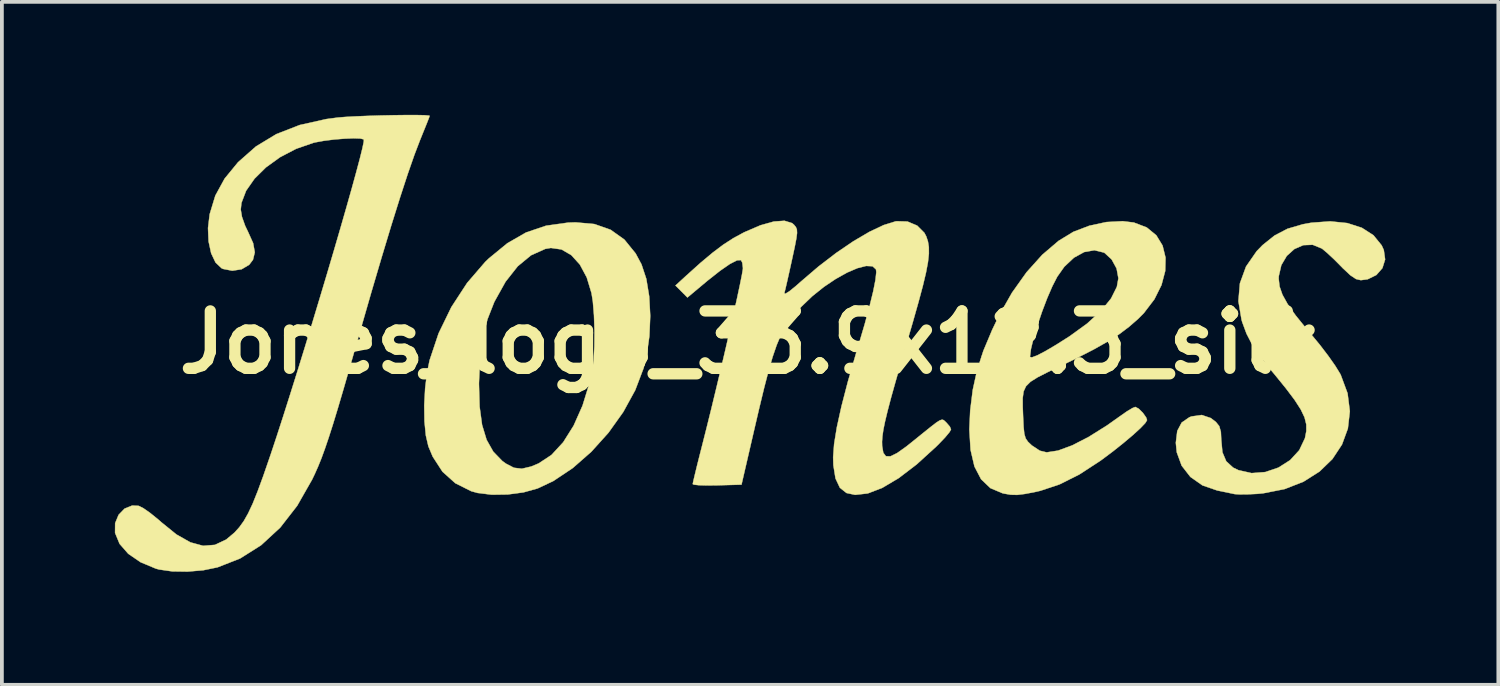
<source format=kicad_pcb>
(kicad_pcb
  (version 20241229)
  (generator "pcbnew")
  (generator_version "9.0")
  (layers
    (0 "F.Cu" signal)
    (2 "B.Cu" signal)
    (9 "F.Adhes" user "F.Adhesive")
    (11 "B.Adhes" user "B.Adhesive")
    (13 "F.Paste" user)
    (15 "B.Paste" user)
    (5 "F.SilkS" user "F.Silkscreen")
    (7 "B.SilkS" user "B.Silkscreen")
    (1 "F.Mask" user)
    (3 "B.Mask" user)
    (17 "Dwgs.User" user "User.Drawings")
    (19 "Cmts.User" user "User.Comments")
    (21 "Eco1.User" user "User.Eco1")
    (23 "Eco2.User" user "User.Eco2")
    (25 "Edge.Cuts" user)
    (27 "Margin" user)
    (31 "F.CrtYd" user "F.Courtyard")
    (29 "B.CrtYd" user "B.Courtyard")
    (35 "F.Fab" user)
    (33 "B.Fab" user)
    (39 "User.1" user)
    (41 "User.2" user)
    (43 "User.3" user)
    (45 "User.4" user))
  (footprint "Jones_logo_33.9x12.3_silk"
    (layer "F.Cu")
    (at 16.867 6.04)
    (property "Reference" "Jones_logo_33.9x12.3_silk" (at 0 0 0) (layer "F.SilkS") (effects (font (size 1.524 1.524) (thickness 0.3))))
    (attr through_hole)
    (fp_poly (pts (xy -4.135 -3.141) (xy -3.704 -2.989) (xy -3.339 -2.729) (xy -3.04 -2.361) (xy -2.884 -2.07) (xy -2.757 -1.687) (xy -2.68 -1.221) (xy -2.652 -0.703) (xy -2.675 -0.167) (xy -2.748 0.354) (xy -2.827 0.68) (xy -3.05 1.268) (xy -3.368 1.848) (xy -3.762 2.4) (xy -4.215 2.903) (xy -4.708 3.336) (xy -5.224 3.681) (xy -5.644 3.879) (xy -6.017 3.983) (xy -6.437 4.039) (xy -6.858 4.045) (xy -7.234 3.999) (xy -7.405 3.952) (xy -7.828 3.74) (xy -8.168 3.435) (xy -8.428 3.034) (xy -8.543 2.761) (xy -8.61 2.473) (xy -8.647 2.097) (xy -8.653 1.668) (xy -8.629 1.222) (xy -8.616 1.111) (xy -7.2 1.111) (xy -7.183 1.705) (xy -7.117 2.193) (xy -6.997 2.588) (xy -6.82 2.902) (xy -6.581 3.149) (xy -6.482 3.221) (xy -6.271 3.33) (xy -6.061 3.355) (xy -5.814 3.297) (xy -5.615 3.214) (xy -5.275 2.99) (xy -4.963 2.652) (xy -4.686 2.211) (xy -4.45 1.68) (xy -4.262 1.07) (xy -4.196 0.775) (xy -4.157 0.482) (xy -4.136 0.107) (xy -4.132 -0.308) (xy -4.146 -0.719) (xy -4.176 -1.084) (xy -4.211 -1.305) (xy -4.338 -1.724) (xy -4.52 -2.064) (xy -4.747 -2.315) (xy -5.008 -2.467) (xy -5.29 -2.507) (xy -5.438 -2.482) (xy -5.817 -2.312) (xy -6.17 -2.021) (xy -6.494 -1.61) (xy -6.787 -1.084) (xy -6.796 -1.065) (xy -6.974 -0.612) (xy -7.097 -0.122) (xy -7.171 0.433) (xy -7.2 1.08) (xy -7.2 1.111) (xy -8.616 1.111) (xy -8.576 0.793) (xy -8.511 0.476) (xy -8.271 -0.241) (xy -7.933 -0.936) (xy -7.515 -1.577) (xy -7.035 -2.135) (xy -6.936 -2.23) (xy -6.446 -2.632) (xy -5.948 -2.918) (xy -5.418 -3.097) (xy -4.833 -3.179) (xy -4.636 -3.186) (xy -4.135 -3.141)) (stroke (width 0.01) (type solid)) (fill yes) (layer "F.SilkS"))
    (fp_poly (pts (xy 15.855 -3.167) (xy 16.242 -3.042) (xy 16.551 -2.843) (xy 16.768 -2.576) (xy 16.825 -2.451) (xy 16.86 -2.201) (xy 16.788 -1.971) (xy 16.627 -1.788) (xy 16.397 -1.675) (xy 16.215 -1.651) (xy 16.088 -1.681) (xy 15.936 -1.782) (xy 15.736 -1.969) (xy 15.691 -2.016) (xy 15.501 -2.207) (xy 15.323 -2.373) (xy 15.192 -2.483) (xy 15.179 -2.492) (xy 14.937 -2.591) (xy 14.687 -2.581) (xy 14.451 -2.478) (xy 14.249 -2.296) (xy 14.104 -2.051) (xy 14.036 -1.757) (xy 14.034 -1.688) (xy 14.057 -1.485) (xy 14.133 -1.266) (xy 14.272 -1.016) (xy 14.483 -0.717) (xy 14.776 -0.355) (xy 14.889 -0.222) (xy 15.126 0.065) (xy 15.35 0.358) (xy 15.537 0.624) (xy 15.666 0.834) (xy 15.682 0.865) (xy 15.863 1.353) (xy 15.923 1.83) (xy 15.871 2.288) (xy 15.715 2.713) (xy 15.461 3.098) (xy 15.118 3.43) (xy 14.691 3.7) (xy 14.19 3.896) (xy 13.621 4.008) (xy 13.462 4.023) (xy 13.212 4.035) (xy 12.999 4.037) (xy 12.866 4.029) (xy 12.859 4.027) (xy 12.724 3.999) (xy 12.522 3.957) (xy 12.403 3.933) (xy 12.009 3.797) (xy 11.69 3.573) (xy 11.458 3.275) (xy 11.328 2.919) (xy 11.303 2.667) (xy 11.341 2.352) (xy 11.458 2.13) (xy 11.662 1.989) (xy 11.72 1.967) (xy 11.989 1.929) (xy 12.231 2.01) (xy 12.367 2.114) (xy 12.456 2.225) (xy 12.499 2.375) (xy 12.509 2.586) (xy 12.54 2.918) (xy 12.641 3.157) (xy 12.822 3.324) (xy 12.966 3.394) (xy 13.315 3.472) (xy 13.678 3.444) (xy 14.028 3.325) (xy 14.337 3.128) (xy 14.58 2.864) (xy 14.73 2.548) (xy 14.732 2.541) (xy 14.768 2.356) (xy 14.767 2.179) (xy 14.721 1.993) (xy 14.621 1.783) (xy 14.46 1.533) (xy 14.229 1.226) (xy 13.922 0.848) (xy 13.83 0.738) (xy 13.543 0.377) (xy 13.332 0.065) (xy 13.18 -0.229) (xy 13.065 -0.54) (xy 13.048 -0.599) (xy 12.964 -1.095) (xy 13.005 -1.569) (xy 13.167 -2.013) (xy 13.449 -2.42) (xy 13.604 -2.58) (xy 13.925 -2.837) (xy 14.268 -3.016) (xy 14.674 -3.135) (xy 14.899 -3.176) (xy 15.402 -3.213) (xy 15.855 -3.167)) (stroke (width 0.01) (type solid)) (fill yes) (layer "F.SilkS"))
    (fp_poly (pts (xy 10.19 -3.181) (xy 10.53 -3.051) (xy 10.785 -2.842) (xy 10.951 -2.57) (xy 11.03 -2.249) (xy 11.021 -1.895) (xy 10.922 -1.521) (xy 10.734 -1.144) (xy 10.455 -0.778) (xy 10.298 -0.62) (xy 10.059 -0.412) (xy 9.797 -0.215) (xy 9.49 -0.019) (xy 9.119 0.19) (xy 8.664 0.423) (xy 8.273 0.613) (xy 7.903 0.79) (xy 7.632 0.928) (xy 7.444 1.046) (xy 7.325 1.165) (xy 7.261 1.303) (xy 7.237 1.479) (xy 7.238 1.714) (xy 7.248 1.972) (xy 7.261 2.248) (xy 7.28 2.429) (xy 7.315 2.548) (xy 7.376 2.638) (xy 7.473 2.731) (xy 7.478 2.736) (xy 7.692 2.877) (xy 7.873 2.921) (xy 8.176 2.874) (xy 8.55 2.736) (xy 8.985 2.513) (xy 9.469 2.21) (xy 9.818 1.963) (xy 10.001 1.835) (xy 10.149 1.746) (xy 10.226 1.714) (xy 10.318 1.762) (xy 10.428 1.871) (xy 10.515 1.995) (xy 10.539 2.065) (xy 10.492 2.143) (xy 10.36 2.281) (xy 10.162 2.462) (xy 9.915 2.67) (xy 9.638 2.891) (xy 9.347 3.109) (xy 9.305 3.14) (xy 8.742 3.507) (xy 8.217 3.77) (xy 7.708 3.94) (xy 7.588 3.968) (xy 7.3 4.024) (xy 7.092 4.05) (xy 6.921 4.046) (xy 6.744 4.016) (xy 6.698 4.005) (xy 6.379 3.87) (xy 6.132 3.634) (xy 5.956 3.296) (xy 5.853 2.855) (xy 5.82 2.31) (xy 5.843 1.81) (xy 5.911 1.263) (xy 6.024 0.746) (xy 6.14 0.386) (xy 7.429 0.386) (xy 7.479 0.4) (xy 7.62 0.347) (xy 7.84 0.233) (xy 8.126 0.064) (xy 8.467 -0.152) (xy 8.477 -0.158) (xy 8.945 -0.497) (xy 9.315 -0.835) (xy 9.582 -1.163) (xy 9.737 -1.473) (xy 9.778 -1.701) (xy 9.73 -1.961) (xy 9.599 -2.201) (xy 9.414 -2.372) (xy 9.393 -2.384) (xy 9.142 -2.446) (xy 8.87 -2.398) (xy 8.597 -2.248) (xy 8.341 -2.007) (xy 8.154 -1.742) (xy 8.025 -1.491) (xy 7.887 -1.172) (xy 7.751 -0.815) (xy 7.627 -0.45) (xy 7.525 -0.109) (xy 7.456 0.179) (xy 7.43 0.383) (xy 7.429 0.386) (xy 6.14 0.386) (xy 6.192 0.226) (xy 6.427 -0.333) (xy 6.612 -0.718) (xy 6.954 -1.32) (xy 7.34 -1.862) (xy 7.757 -2.326) (xy 8.189 -2.695) (xy 8.583 -2.935) (xy 9.008 -3.097) (xy 9.459 -3.194) (xy 9.894 -3.217) (xy 10.19 -3.181)) (stroke (width 0.01) (type solid)) (fill yes) (layer "F.SilkS"))
    (fp_poly (pts (xy -8.862 -6.035) (xy -8.65 -6.031) (xy -8.529 -6.021) (xy -8.509 -6.014) (xy -8.531 -5.951) (xy -8.592 -5.796) (xy -8.682 -5.574) (xy -8.766 -5.366) (xy -8.914 -4.979) (xy -9.091 -4.472) (xy -9.295 -3.848) (xy -9.526 -3.111) (xy -9.782 -2.264) (xy -10.063 -1.312) (xy -10.367 -0.256) (xy -10.413 -0.095) (xy -10.618 0.622) (xy -10.793 1.23) (xy -10.944 1.741) (xy -11.074 2.168) (xy -11.188 2.524) (xy -11.289 2.822) (xy -11.381 3.074) (xy -11.47 3.294) (xy -11.559 3.495) (xy -11.631 3.645) (xy -12.026 4.338) (xy -12.477 4.918) (xy -12.983 5.385) (xy -13.542 5.738) (xy -14.141 5.973) (xy -14.52 6.051) (xy -14.937 6.087) (xy -15.343 6.081) (xy -15.692 6.031) (xy -15.78 6.007) (xy -16.186 5.837) (xy -16.512 5.613) (xy -16.742 5.35) (xy -16.861 5.061) (xy -16.862 5.055) (xy -16.86 4.801) (xy -16.768 4.579) (xy -16.61 4.415) (xy -16.407 4.333) (xy -16.236 4.341) (xy -16.113 4.402) (xy -15.931 4.529) (xy -15.722 4.698) (xy -15.637 4.773) (xy -15.232 5.101) (xy -14.863 5.31) (xy -14.525 5.402) (xy -14.211 5.377) (xy -13.913 5.237) (xy -13.69 5.05) (xy -13.562 4.908) (xy -13.444 4.744) (xy -13.329 4.541) (xy -13.208 4.283) (xy -13.076 3.954) (xy -12.923 3.537) (xy -12.743 3.015) (xy -12.726 2.965) (xy -12.572 2.501) (xy -12.402 1.977) (xy -12.22 1.404) (xy -12.028 0.793) (xy -11.831 0.156) (xy -11.632 -0.496) (xy -11.434 -1.152) (xy -11.24 -1.8) (xy -11.054 -2.429) (xy -10.88 -3.026) (xy -10.72 -3.582) (xy -10.578 -4.084) (xy -10.458 -4.521) (xy -10.362 -4.881) (xy -10.295 -5.153) (xy -10.259 -5.326) (xy -10.256 -5.388) (xy -10.347 -5.412) (xy -10.53 -5.418) (xy -10.774 -5.408) (xy -11.047 -5.386) (xy -11.315 -5.352) (xy -11.546 -5.31) (xy -11.596 -5.298) (xy -12.055 -5.139) (xy -12.48 -4.917) (xy -12.853 -4.648) (xy -13.16 -4.345) (xy -13.383 -4.025) (xy -13.506 -3.703) (xy -13.525 -3.526) (xy -13.493 -3.334) (xy -13.407 -3.092) (xy -13.335 -2.943) (xy -13.196 -2.634) (xy -13.152 -2.391) (xy -13.2 -2.193) (xy -13.3 -2.061) (xy -13.501 -1.941) (xy -13.75 -1.902) (xy -13.994 -1.95) (xy -14.037 -1.97) (xy -14.195 -2.121) (xy -14.311 -2.367) (xy -14.379 -2.681) (xy -14.394 -3.036) (xy -14.35 -3.402) (xy -14.2 -3.896) (xy -13.954 -4.346) (xy -13.598 -4.781) (xy -13.597 -4.782) (xy -13.122 -5.201) (xy -12.58 -5.529) (xy -11.961 -5.77) (xy -11.255 -5.928) (xy -10.954 -5.968) (xy -10.751 -5.985) (xy -10.478 -6) (xy -10.158 -6.013) (xy -9.813 -6.024) (xy -9.467 -6.031) (xy -9.142 -6.035) (xy -8.862 -6.035)) (stroke (width 0.01) (type solid)) (fill yes) (layer "F.SilkS"))
    (fp_poly (pts (xy 1.114 -3.166) (xy 1.166 -3.121) (xy 1.214 -3.062) (xy 1.241 -2.998) (xy 1.246 -2.903) (xy 1.227 -2.756) (xy 1.184 -2.533) (xy 1.114 -2.209) (xy 1.046 -1.9) (xy 0.985 -1.628) (xy 0.937 -1.421) (xy 0.909 -1.309) (xy 0.909 -1.306) (xy 0.934 -1.29) (xy 1.039 -1.354) (xy 1.21 -1.492) (xy 1.348 -1.614) (xy 1.813 -2.012) (xy 2.282 -2.372) (xy 2.739 -2.683) (xy 3.166 -2.934) (xy 3.546 -3.114) (xy 3.859 -3.211) (xy 3.886 -3.216) (xy 4.177 -3.208) (xy 4.435 -3.1) (xy 4.627 -2.908) (xy 4.677 -2.812) (xy 4.721 -2.68) (xy 4.745 -2.531) (xy 4.746 -2.353) (xy 4.722 -2.132) (xy 4.67 -1.854) (xy 4.587 -1.505) (xy 4.471 -1.072) (xy 4.321 -0.541) (xy 4.2 -0.127) (xy 4.014 0.511) (xy 3.862 1.04) (xy 3.741 1.472) (xy 3.649 1.822) (xy 3.582 2.101) (xy 3.537 2.321) (xy 3.512 2.496) (xy 3.502 2.638) (xy 3.505 2.754) (xy 3.536 2.932) (xy 3.605 3.023) (xy 3.723 3.027) (xy 3.9 2.941) (xy 4.148 2.765) (xy 4.287 2.654) (xy 4.584 2.414) (xy 4.797 2.243) (xy 4.942 2.131) (xy 5.037 2.071) (xy 5.098 2.052) (xy 5.14 2.065) (xy 5.18 2.101) (xy 5.21 2.13) (xy 5.304 2.239) (xy 5.334 2.314) (xy 5.291 2.387) (xy 5.177 2.524) (xy 5.012 2.697) (xy 4.937 2.771) (xy 4.421 3.241) (xy 3.944 3.605) (xy 3.511 3.862) (xy 3.124 4.011) (xy 2.788 4.049) (xy 2.559 4) (xy 2.384 3.862) (xy 2.267 3.614) (xy 2.21 3.26) (xy 2.204 3.048) (xy 2.23 2.699) (xy 2.303 2.252) (xy 2.424 1.703) (xy 2.594 1.047) (xy 2.815 0.281) (xy 2.881 0.061) (xy 3.042 -0.484) (xy 3.171 -0.96) (xy 3.268 -1.355) (xy 3.328 -1.66) (xy 3.35 -1.863) (xy 3.342 -1.937) (xy 3.25 -2.021) (xy 3.079 -2.029) (xy 2.848 -1.97) (xy 2.573 -1.852) (xy 2.271 -1.683) (xy 1.959 -1.473) (xy 1.654 -1.229) (xy 1.373 -0.96) (xy 1.357 -0.943) (xy 1.19 -0.756) (xy 1.046 -0.576) (xy 0.921 -0.386) (xy 0.808 -0.174) (xy 0.703 0.077) (xy 0.599 0.38) (xy 0.491 0.751) (xy 0.373 1.204) (xy 0.24 1.754) (xy 0.108 2.321) (xy -0.229 3.778) (xy -0.877 3.796) (xy -1.146 3.799) (xy -1.36 3.793) (xy -1.493 3.778) (xy -1.524 3.763) (xy -1.509 3.687) (xy -1.467 3.51) (xy -1.405 3.254) (xy -1.326 2.941) (xy -1.272 2.729) (xy -1.157 2.274) (xy -1.034 1.777) (xy -0.908 1.256) (xy -0.781 0.724) (xy -0.658 0.199) (xy -0.542 -0.304) (xy -0.436 -0.77) (xy -0.345 -1.182) (xy -0.272 -1.525) (xy -0.22 -1.783) (xy -0.193 -1.941) (xy -0.191 -1.974) (xy -0.208 -2.115) (xy -0.244 -2.184) (xy -0.349 -2.178) (xy -0.536 -2.082) (xy -0.799 -1.9) (xy -1.132 -1.637) (xy -1.181 -1.596) (xy -1.665 -1.191) (xy -1.982 -1.509) (xy -1.705 -1.763) (xy -1.318 -2.111) (xy -0.993 -2.383) (xy -0.71 -2.596) (xy -0.445 -2.767) (xy -0.176 -2.913) (xy -0.145 -2.928) (xy 0.273 -3.108) (xy 0.629 -3.208) (xy 0.912 -3.228) (xy 1.114 -3.166)) (stroke (width 0.01) (type solid)) (fill yes) (layer "F.SilkS")))
  (gr_rect
    (start -3 -3)
    (end 36.733 15.132)
    (stroke (width 0.1) (type default))
    (fill no)
    (layer "Edge.Cuts")))
</source>
